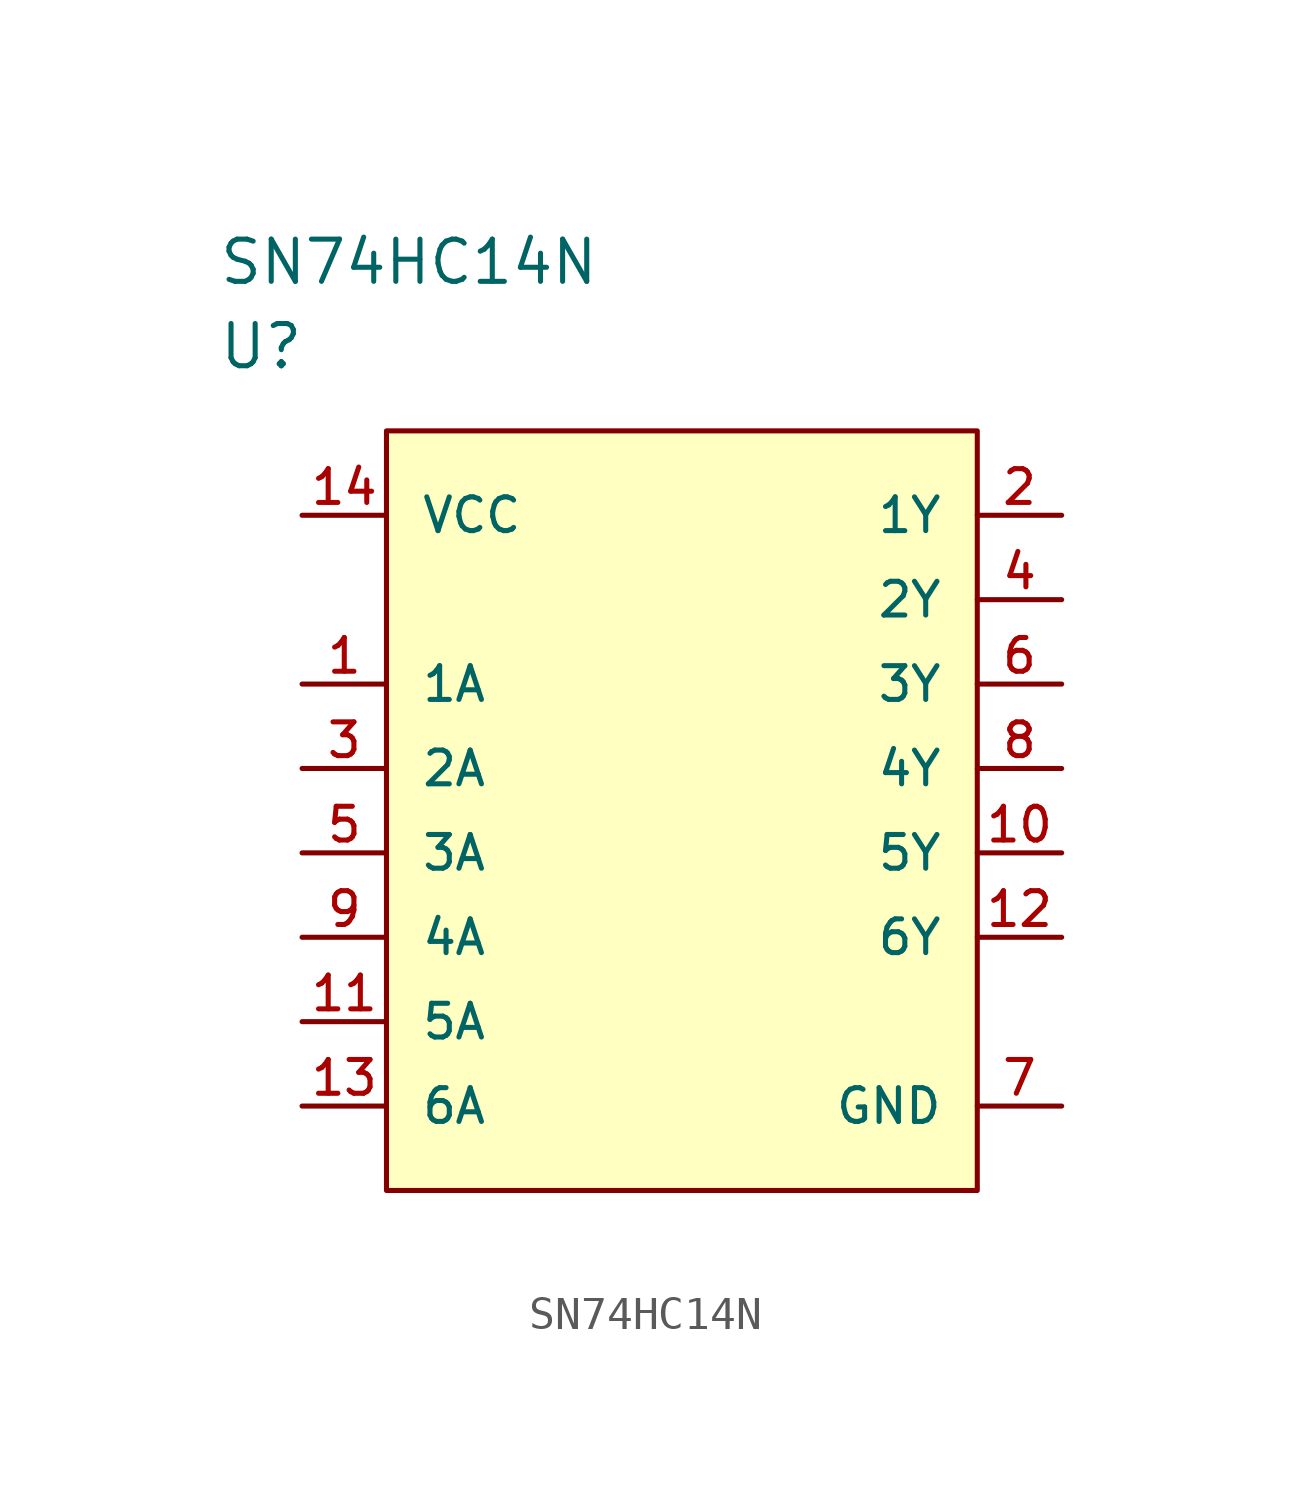
<source format=kicad_sym>
(kicad_symbol_lib
  (version 20210619)
  (generator kicad_symbol_editor)
  (symbol "SN74HC14N"
    (pin_names
      (offset 1.016))
    (property "Reference" "U"
      (at 0 5.08 0)
      (effects (font (size 1.27 1.27)) (justify left)))
    (property "Value" "SN74HC14N"
      (at 0 7.62 0)
      (effects (font (size 1.27 1.27)) (justify left)))
    (property "ki_locked" ""
      (at 0 0 0)
      (effects (font (size 1.27 1.27))))
    (symbol "SN74HC14N_1_1"
      (rectangle (start 5.08 2.54) (end 22.86 -20.32) (stroke (width 0)) (fill (type background)))
      (pin unspecified line (at 2.54 -5.08 0) (length 2.54) (name "1A" (effects (font (size 1.016 1.016)))) (number "1" (effects (font (size 1.016 1.016)))))
      (pin unspecified line (at 25.4 -10.16 180) (length 2.54) (name "5Y" (effects (font (size 1.016 1.016)))) (number "10" (effects (font (size 1.016 1.016)))))
      (pin unspecified line (at 2.54 -15.24 0) (length 2.54) (name "5A" (effects (font (size 1.016 1.016)))) (number "11" (effects (font (size 1.016 1.016)))))
      (pin unspecified line (at 25.4 -12.7 180) (length 2.54) (name "6Y" (effects (font (size 1.016 1.016)))) (number "12" (effects (font (size 1.016 1.016)))))
      (pin unspecified line (at 2.54 -17.78 0) (length 2.54) (name "6A" (effects (font (size 1.016 1.016)))) (number "13" (effects (font (size 1.016 1.016)))))
      (pin unspecified line (at 2.54 0 0) (length 2.54) (name "VCC" (effects (font (size 1.016 1.016)))) (number "14" (effects (font (size 1.016 1.016)))))
      (pin unspecified line (at 25.4 0 180) (length 2.54) (name "1Y" (effects (font (size 1.016 1.016)))) (number "2" (effects (font (size 1.016 1.016)))))
      (pin unspecified line (at 2.54 -7.62 0) (length 2.54) (name "2A" (effects (font (size 1.016 1.016)))) (number "3" (effects (font (size 1.016 1.016)))))
      (pin unspecified line (at 25.4 -2.54 180) (length 2.54) (name "2Y" (effects (font (size 1.016 1.016)))) (number "4" (effects (font (size 1.016 1.016)))))
      (pin unspecified line (at 2.54 -10.16 0) (length 2.54) (name "3A" (effects (font (size 1.016 1.016)))) (number "5" (effects (font (size 1.016 1.016)))))
      (pin unspecified line (at 25.4 -5.08 180) (length 2.54) (name "3Y" (effects (font (size 1.016 1.016)))) (number "6" (effects (font (size 1.016 1.016)))))
      (pin unspecified line (at 25.4 -17.78 180) (length 2.54) (name "GND" (effects (font (size 1.016 1.016)))) (number "7" (effects (font (size 1.016 1.016)))))
      (pin unspecified line (at 25.4 -7.62 180) (length 2.54) (name "4Y" (effects (font (size 1.016 1.016)))) (number "8" (effects (font (size 1.016 1.016)))))
      (pin unspecified line (at 2.54 -12.7 0) (length 2.54) (name "4A" (effects (font (size 1.016 1.016)))) (number "9" (effects (font (size 1.016 1.016))))))))
</source>
